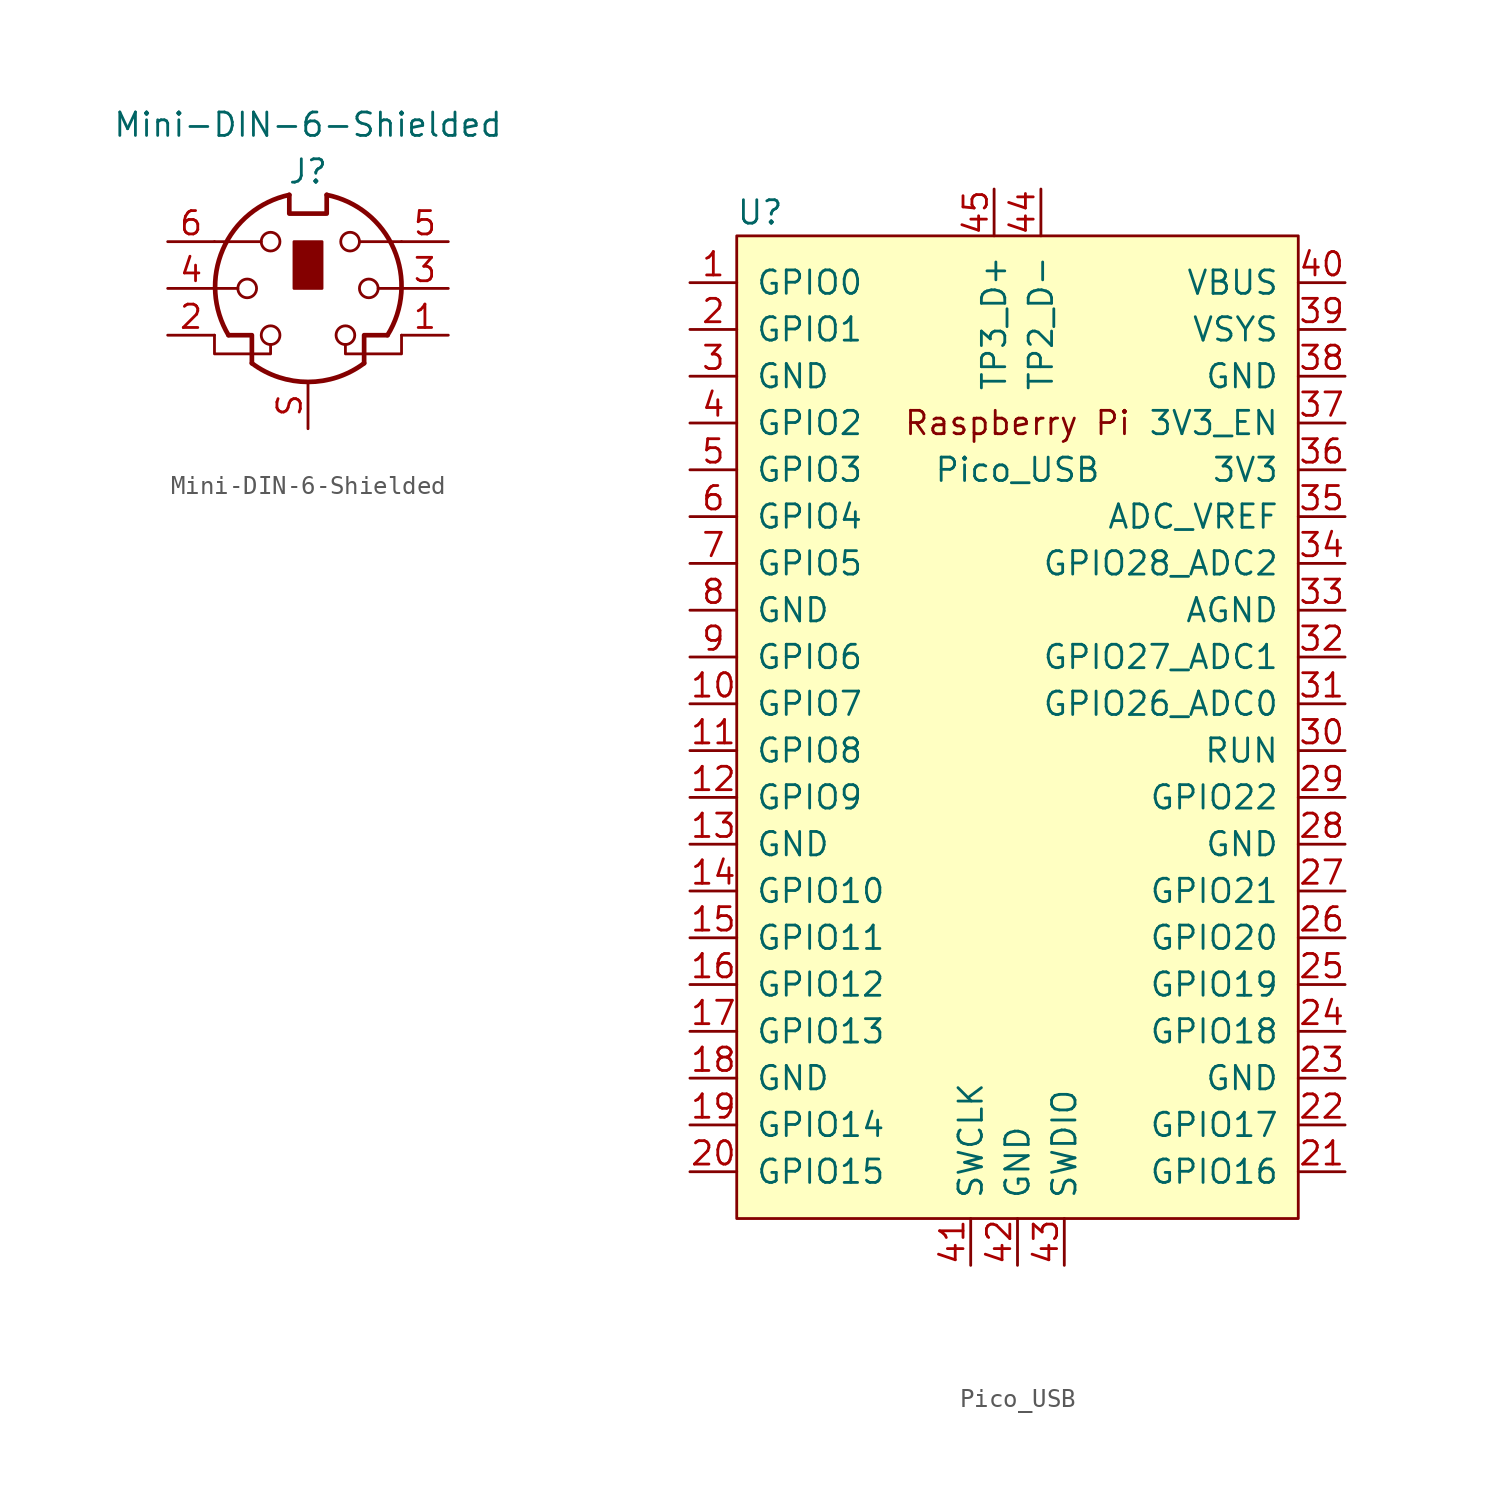
<source format=kicad_sym>
(kicad_symbol_lib
  (version 20220914)
  (generator kicad_symbol_editor)
  (symbol "Mini-DIN-6-Shielded"
    (pin_names
      (offset 1.016))
    (property "Reference" "J"
      (at 0 6.35 0)
      (effects (font (size 1.27 1.27))))
    (property "Value" "Mini-DIN-6-Shielded"
      (at 0 8.89 0)
      (effects (font (size 1.27 1.27))))
    (symbol "Mini-DIN-6-Shielded_0_1"
      (circle (center -3.302 0) (radius 0.508) (stroke (width 0) (type default)) (fill (type none)))
      (arc (start -3.048 -4.064) (mid 0 -5.08) (end 3.048 -4.064) (stroke (width 0.254) (type default)) (fill (type none)))
      (circle (center -2.032 -2.54) (radius 0.508) (stroke (width 0) (type default)) (fill (type none)))
      (circle (center -2.032 2.54) (radius 0.508) (stroke (width 0) (type default)) (fill (type none)))
      (arc (start -1.016 5.08) (mid -4.6228 2.1214) (end -4.318 -2.54) (stroke (width 0.254) (type default)) (fill (type none)))
      (rectangle (start -0.762 2.54) (end 0.762 0) (stroke (width 0) (type default)) (fill (type outline)))
      (polyline (pts (xy -3.81 0) (xy -5.08 0)) (stroke (width 0) (type default)) (fill (type none)))
      (polyline (pts (xy -2.54 2.54) (xy -5.08 2.54)) (stroke (width 0) (type default)) (fill (type none)))
      (polyline (pts (xy 2.794 2.54) (xy 5.08 2.54)) (stroke (width 0) (type default)) (fill (type none)))
      (polyline (pts (xy 5.08 0) (xy 3.81 0)) (stroke (width 0) (type default)) (fill (type none)))
      (polyline (pts (xy -4.318 -2.54) (xy -3.048 -2.54) (xy -3.048 -4.064)) (stroke (width 0.254) (type default)) (fill (type none)))
      (polyline (pts (xy 4.318 -2.54) (xy 3.048 -2.54) (xy 3.048 -4.064)) (stroke (width 0.254) (type default)) (fill (type none)))
      (polyline (pts (xy -2.032 -3.048) (xy -2.032 -3.556) (xy -5.08 -3.556) (xy -5.08 -2.54)) (stroke (width 0) (type default)) (fill (type none)))
      (polyline (pts (xy -1.016 5.08) (xy -1.016 4.064) (xy 1.016 4.064) (xy 1.016 5.08)) (stroke (width 0.254) (type default)) (fill (type none)))
      (polyline (pts (xy 2.032 -3.048) (xy 2.032 -3.556) (xy 5.08 -3.556) (xy 5.08 -2.54)) (stroke (width 0) (type default)) (fill (type none)))
      (circle (center 2.032 -2.54) (radius 0.508) (stroke (width 0) (type default)) (fill (type none)))
      (circle (center 2.286 2.54) (radius 0.508) (stroke (width 0) (type default)) (fill (type none)))
      (circle (center 3.302 0) (radius 0.508) (stroke (width 0) (type default)) (fill (type none)))
      (arc (start 4.318 -2.54) (mid 4.6661 2.1322) (end 1.016 5.08) (stroke (width 0.254) (type default)) (fill (type none))))
    (symbol "Mini-DIN-6-Shielded_1_1"
      (pin passive line (at 7.62 -2.54 180) (length 2.54) (name "~" (effects (font (size 1.27 1.27)))) (number "1" (effects (font (size 1.27 1.27)))))
      (pin passive line (at -7.62 -2.54 0) (length 2.54) (name "~" (effects (font (size 1.27 1.27)))) (number "2" (effects (font (size 1.27 1.27)))))
      (pin passive line (at 7.62 0 180) (length 2.54) (name "~" (effects (font (size 1.27 1.27)))) (number "3" (effects (font (size 1.27 1.27)))))
      (pin passive line (at -7.62 0 0) (length 2.54) (name "~" (effects (font (size 1.27 1.27)))) (number "4" (effects (font (size 1.27 1.27)))))
      (pin passive line (at 7.62 2.54 180) (length 2.54) (name "~" (effects (font (size 1.27 1.27)))) (number "5" (effects (font (size 1.27 1.27)))))
      (pin passive line (at -7.62 2.54 0) (length 2.54) (name "~" (effects (font (size 1.27 1.27)))) (number "6" (effects (font (size 1.27 1.27)))))
      (pin passive line (at 0 -7.62 90) (length 2.54) (name "" (effects (font (size 1.27 1.27)))) (number "S" (effects (font (size 1.27 1.27)))))))
  (symbol "Pico_USB"
    (pin_names
      (offset 1.016))
    (property "Reference" "U"
      (at -13.97 27.94 0)
      (effects (font (size 1.27 1.27))))
    (property "Value" "Pico_USB"
      (at 0 13.97 0)
      (effects (font (size 1.27 1.27))))
    (symbol "Pico_USB_0_0"
      (text "Raspberry Pi" (at 0 16.51 0) (effects (font (size 1.27 1.27)))))
    (symbol "Pico_USB_0_1"
      (rectangle (start -15.24 26.67) (end 15.24 -26.67) (stroke (width 0) (type solid)) (fill (type background))))
    (symbol "Pico_USB_1_1"
      (pin bidirectional line (at -17.78 24.13 0) (length 2.54) (name "GPIO0" (effects (font (size 1.27 1.27)))) (number "1" (effects (font (size 1.27 1.27)))))
      (pin bidirectional line (at -17.78 1.27 0) (length 2.54) (name "GPIO7" (effects (font (size 1.27 1.27)))) (number "10" (effects (font (size 1.27 1.27)))))
      (pin bidirectional line (at -17.78 -1.27 0) (length 2.54) (name "GPIO8" (effects (font (size 1.27 1.27)))) (number "11" (effects (font (size 1.27 1.27)))))
      (pin bidirectional line (at -17.78 -3.81 0) (length 2.54) (name "GPIO9" (effects (font (size 1.27 1.27)))) (number "12" (effects (font (size 1.27 1.27)))))
      (pin power_in line (at -17.78 -6.35 0) (length 2.54) (name "GND" (effects (font (size 1.27 1.27)))) (number "13" (effects (font (size 1.27 1.27)))))
      (pin bidirectional line (at -17.78 -8.89 0) (length 2.54) (name "GPIO10" (effects (font (size 1.27 1.27)))) (number "14" (effects (font (size 1.27 1.27)))))
      (pin bidirectional line (at -17.78 -11.43 0) (length 2.54) (name "GPIO11" (effects (font (size 1.27 1.27)))) (number "15" (effects (font (size 1.27 1.27)))))
      (pin bidirectional line (at -17.78 -13.97 0) (length 2.54) (name "GPIO12" (effects (font (size 1.27 1.27)))) (number "16" (effects (font (size 1.27 1.27)))))
      (pin bidirectional line (at -17.78 -16.51 0) (length 2.54) (name "GPIO13" (effects (font (size 1.27 1.27)))) (number "17" (effects (font (size 1.27 1.27)))))
      (pin power_in line (at -17.78 -19.05 0) (length 2.54) (name "GND" (effects (font (size 1.27 1.27)))) (number "18" (effects (font (size 1.27 1.27)))))
      (pin bidirectional line (at -17.78 -21.59 0) (length 2.54) (name "GPIO14" (effects (font (size 1.27 1.27)))) (number "19" (effects (font (size 1.27 1.27)))))
      (pin bidirectional line (at -17.78 21.59 0) (length 2.54) (name "GPIO1" (effects (font (size 1.27 1.27)))) (number "2" (effects (font (size 1.27 1.27)))))
      (pin bidirectional line (at -17.78 -24.13 0) (length 2.54) (name "GPIO15" (effects (font (size 1.27 1.27)))) (number "20" (effects (font (size 1.27 1.27)))))
      (pin bidirectional line (at 17.78 -24.13 180) (length 2.54) (name "GPIO16" (effects (font (size 1.27 1.27)))) (number "21" (effects (font (size 1.27 1.27)))))
      (pin bidirectional line (at 17.78 -21.59 180) (length 2.54) (name "GPIO17" (effects (font (size 1.27 1.27)))) (number "22" (effects (font (size 1.27 1.27)))))
      (pin power_in line (at 17.78 -19.05 180) (length 2.54) (name "GND" (effects (font (size 1.27 1.27)))) (number "23" (effects (font (size 1.27 1.27)))))
      (pin bidirectional line (at 17.78 -16.51 180) (length 2.54) (name "GPIO18" (effects (font (size 1.27 1.27)))) (number "24" (effects (font (size 1.27 1.27)))))
      (pin bidirectional line (at 17.78 -13.97 180) (length 2.54) (name "GPIO19" (effects (font (size 1.27 1.27)))) (number "25" (effects (font (size 1.27 1.27)))))
      (pin bidirectional line (at 17.78 -11.43 180) (length 2.54) (name "GPIO20" (effects (font (size 1.27 1.27)))) (number "26" (effects (font (size 1.27 1.27)))))
      (pin bidirectional line (at 17.78 -8.89 180) (length 2.54) (name "GPIO21" (effects (font (size 1.27 1.27)))) (number "27" (effects (font (size 1.27 1.27)))))
      (pin power_in line (at 17.78 -6.35 180) (length 2.54) (name "GND" (effects (font (size 1.27 1.27)))) (number "28" (effects (font (size 1.27 1.27)))))
      (pin bidirectional line (at 17.78 -3.81 180) (length 2.54) (name "GPIO22" (effects (font (size 1.27 1.27)))) (number "29" (effects (font (size 1.27 1.27)))))
      (pin power_in line (at -17.78 19.05 0) (length 2.54) (name "GND" (effects (font (size 1.27 1.27)))) (number "3" (effects (font (size 1.27 1.27)))))
      (pin input line (at 17.78 -1.27 180) (length 2.54) (name "RUN" (effects (font (size 1.27 1.27)))) (number "30" (effects (font (size 1.27 1.27)))))
      (pin bidirectional line (at 17.78 1.27 180) (length 2.54) (name "GPIO26_ADC0" (effects (font (size 1.27 1.27)))) (number "31" (effects (font (size 1.27 1.27)))))
      (pin bidirectional line (at 17.78 3.81 180) (length 2.54) (name "GPIO27_ADC1" (effects (font (size 1.27 1.27)))) (number "32" (effects (font (size 1.27 1.27)))))
      (pin power_in line (at 17.78 6.35 180) (length 2.54) (name "AGND" (effects (font (size 1.27 1.27)))) (number "33" (effects (font (size 1.27 1.27)))))
      (pin bidirectional line (at 17.78 8.89 180) (length 2.54) (name "GPIO28_ADC2" (effects (font (size 1.27 1.27)))) (number "34" (effects (font (size 1.27 1.27)))))
      (pin unspecified line (at 17.78 11.43 180) (length 2.54) (name "ADC_VREF" (effects (font (size 1.27 1.27)))) (number "35" (effects (font (size 1.27 1.27)))))
      (pin unspecified line (at 17.78 13.97 180) (length 2.54) (name "3V3" (effects (font (size 1.27 1.27)))) (number "36" (effects (font (size 1.27 1.27)))))
      (pin input line (at 17.78 16.51 180) (length 2.54) (name "3V3_EN" (effects (font (size 1.27 1.27)))) (number "37" (effects (font (size 1.27 1.27)))))
      (pin bidirectional line (at 17.78 19.05 180) (length 2.54) (name "GND" (effects (font (size 1.27 1.27)))) (number "38" (effects (font (size 1.27 1.27)))))
      (pin unspecified line (at 17.78 21.59 180) (length 2.54) (name "VSYS" (effects (font (size 1.27 1.27)))) (number "39" (effects (font (size 1.27 1.27)))))
      (pin bidirectional line (at -17.78 16.51 0) (length 2.54) (name "GPIO2" (effects (font (size 1.27 1.27)))) (number "4" (effects (font (size 1.27 1.27)))))
      (pin unspecified line (at 17.78 24.13 180) (length 2.54) (name "VBUS" (effects (font (size 1.27 1.27)))) (number "40" (effects (font (size 1.27 1.27)))))
      (pin input line (at -2.54 -29.21 90) (length 2.54) (name "SWCLK" (effects (font (size 1.27 1.27)))) (number "41" (effects (font (size 1.27 1.27)))))
      (pin power_in line (at 0 -29.21 90) (length 2.54) (name "GND" (effects (font (size 1.27 1.27)))) (number "42" (effects (font (size 1.27 1.27)))))
      (pin bidirectional line (at 2.54 -29.21 90) (length 2.54) (name "SWDIO" (effects (font (size 1.27 1.27)))) (number "43" (effects (font (size 1.27 1.27)))))
      (pin bidirectional line (at 1.27 29.21 270) (length 2.54) (name "TP2_D-" (effects (font (size 1.27 1.27)))) (number "44" (effects (font (size 1.27 1.27)))))
      (pin bidirectional line (at -1.27 29.21 270) (length 2.54) (name "TP3_D+" (effects (font (size 1.27 1.27)))) (number "45" (effects (font (size 1.27 1.27)))))
      (pin bidirectional line (at -17.78 13.97 0) (length 2.54) (name "GPIO3" (effects (font (size 1.27 1.27)))) (number "5" (effects (font (size 1.27 1.27)))))
      (pin bidirectional line (at -17.78 11.43 0) (length 2.54) (name "GPIO4" (effects (font (size 1.27 1.27)))) (number "6" (effects (font (size 1.27 1.27)))))
      (pin bidirectional line (at -17.78 8.89 0) (length 2.54) (name "GPIO5" (effects (font (size 1.27 1.27)))) (number "7" (effects (font (size 1.27 1.27)))))
      (pin power_in line (at -17.78 6.35 0) (length 2.54) (name "GND" (effects (font (size 1.27 1.27)))) (number "8" (effects (font (size 1.27 1.27)))))
      (pin bidirectional line (at -17.78 3.81 0) (length 2.54) (name "GPIO6" (effects (font (size 1.27 1.27)))) (number "9" (effects (font (size 1.27 1.27))))))))
</source>
